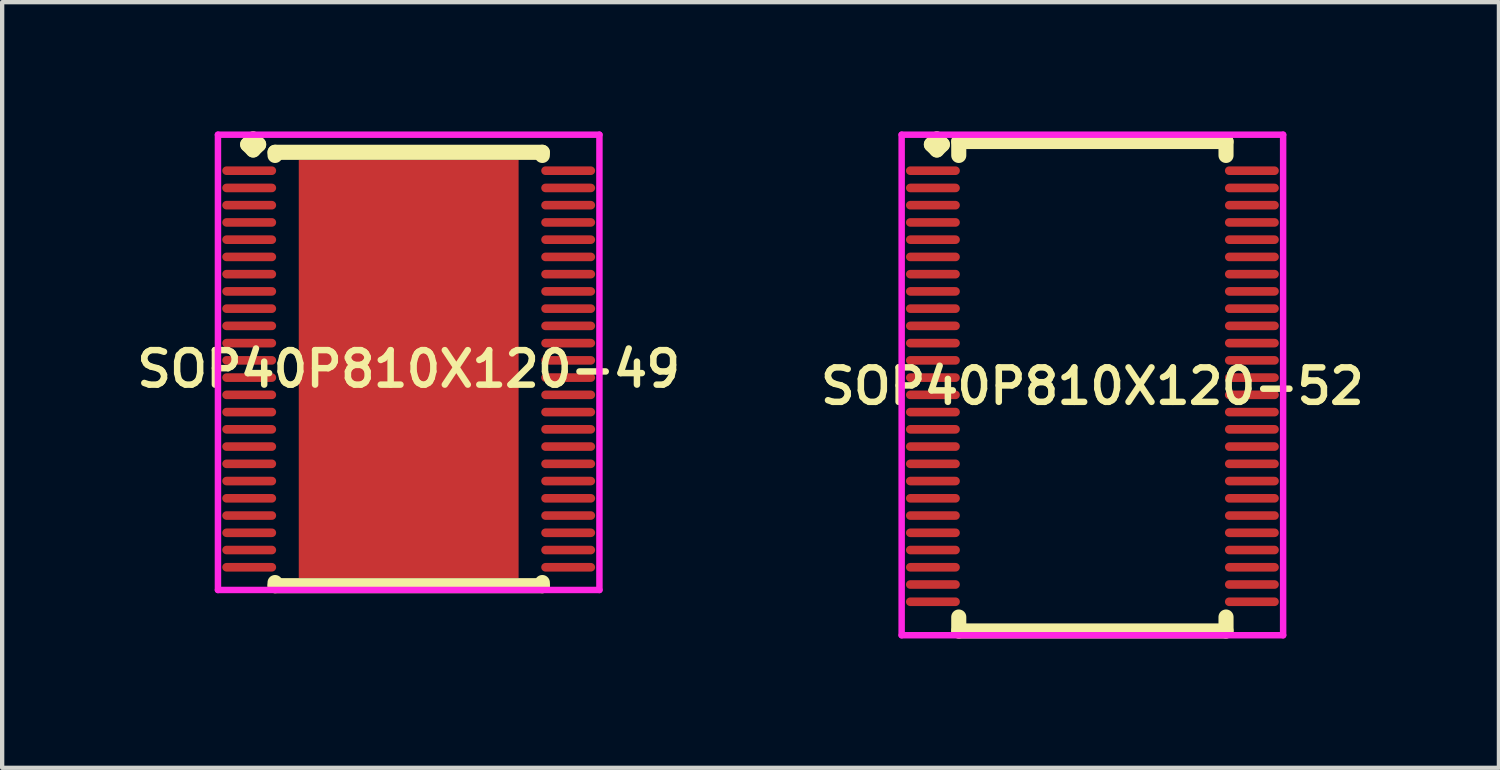
<source format=kicad_pcb>
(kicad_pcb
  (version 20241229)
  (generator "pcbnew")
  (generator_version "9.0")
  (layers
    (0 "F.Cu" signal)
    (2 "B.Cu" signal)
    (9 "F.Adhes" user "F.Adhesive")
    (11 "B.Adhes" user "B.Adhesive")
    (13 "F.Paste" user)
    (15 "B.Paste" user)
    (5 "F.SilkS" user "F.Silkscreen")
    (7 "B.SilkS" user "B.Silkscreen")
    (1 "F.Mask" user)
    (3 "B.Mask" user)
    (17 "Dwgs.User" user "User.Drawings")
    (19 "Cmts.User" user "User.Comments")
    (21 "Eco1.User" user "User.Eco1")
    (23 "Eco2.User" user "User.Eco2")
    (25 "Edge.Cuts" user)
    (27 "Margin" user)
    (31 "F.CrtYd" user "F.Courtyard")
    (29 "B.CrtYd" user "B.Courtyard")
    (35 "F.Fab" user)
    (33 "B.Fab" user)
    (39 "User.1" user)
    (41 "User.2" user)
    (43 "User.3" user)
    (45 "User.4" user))
  (footprint "SOP40P810X120-52"
    (layer "F.Cu")
    (at 22.292 5.91)
    (property "Reference" "SOP40P810X120-52" (at 0 0 0) (layer "F.SilkS") (effects (font (size 0.8 0.8) (thickness 0.15))))
    (attr smd)
    (fp_line (start -3.735 -5.608) (end -3.608 -5.735) (stroke (width 0.35) (type solid)) (layer "F.SilkS"))
    (fp_line (start -3.608 -5.735) (end -3.481 -5.608) (stroke (width 0.35) (type solid)) (layer "F.SilkS"))
    (fp_line (start -3.608 -5.481) (end -3.735 -5.608) (stroke (width 0.35) (type solid)) (layer "F.SilkS"))
    (fp_line (start -3.481 -5.608) (end -3.608 -5.481) (stroke (width 0.35) (type solid)) (layer "F.SilkS"))
    (fp_line (start -3.1 -5.677) (end 3.1 -5.677) (stroke (width 0.35) (type solid)) (layer "F.SilkS"))
    (fp_line (start -3.1 -5.354) (end -3.1 -5.677) (stroke (width 0.35) (type solid)) (layer "F.SilkS"))
    (fp_line (start -3.1 5.354) (end -3.1 5.677) (stroke (width 0.35) (type solid)) (layer "F.SilkS"))
    (fp_line (start -3.1 5.677) (end 3.1 5.677) (stroke (width 0.35) (type solid)) (layer "F.SilkS"))
    (fp_line (start 3.1 -5.677) (end 3.1 -5.354) (stroke (width 0.35) (type solid)) (layer "F.SilkS"))
    (fp_line (start 3.1 5.677) (end 3.1 5.354) (stroke (width 0.35) (type solid)) (layer "F.SilkS"))
    (fp_line (start -4.425 -5.835) (end 4.425 -5.835) (stroke (width 0.15) (type solid)) (layer "F.CrtYd"))
    (fp_line (start -4.425 5.777) (end -4.425 -5.835) (stroke (width 0.15) (type solid)) (layer "F.CrtYd"))
    (fp_line (start 4.425 -5.835) (end 4.425 5.777) (stroke (width 0.15) (type solid)) (layer "F.CrtYd"))
    (fp_line (start 4.425 5.777) (end -4.425 5.777) (stroke (width 0.15) (type solid)) (layer "F.CrtYd"))
    (pad "1" smd oval (at -3.7 -5) (size 1.25 0.2) (layers "F.Cu" "F.Mask" "F.Paste"))
    (pad "2" smd oval (at -3.7 -4.6) (size 1.25 0.2) (layers "F.Cu" "F.Mask" "F.Paste"))
    (pad "3" smd oval (at -3.7 -4.2) (size 1.25 0.2) (layers "F.Cu" "F.Mask" "F.Paste"))
    (pad "4" smd oval (at -3.7 -3.8) (size 1.25 0.2) (layers "F.Cu" "F.Mask" "F.Paste"))
    (pad "5" smd oval (at -3.7 -3.4) (size 1.25 0.2) (layers "F.Cu" "F.Mask" "F.Paste"))
    (pad "6" smd oval (at -3.7 -3) (size 1.25 0.2) (layers "F.Cu" "F.Mask" "F.Paste"))
    (pad "7" smd oval (at -3.7 -2.6) (size 1.25 0.2) (layers "F.Cu" "F.Mask" "F.Paste"))
    (pad "8" smd oval (at -3.7 -2.2) (size 1.25 0.2) (layers "F.Cu" "F.Mask" "F.Paste"))
    (pad "9" smd oval (at -3.7 -1.8) (size 1.25 0.2) (layers "F.Cu" "F.Mask" "F.Paste"))
    (pad "10" smd oval (at -3.7 -1.4) (size 1.25 0.2) (layers "F.Cu" "F.Mask" "F.Paste"))
    (pad "11" smd oval (at -3.7 -1) (size 1.25 0.2) (layers "F.Cu" "F.Mask" "F.Paste"))
    (pad "12" smd oval (at -3.7 -0.6) (size 1.25 0.2) (layers "F.Cu" "F.Mask" "F.Paste"))
    (pad "13" smd oval (at -3.7 -0.2) (size 1.25 0.2) (layers "F.Cu" "F.Mask" "F.Paste"))
    (pad "14" smd oval (at -3.7 0.2) (size 1.25 0.2) (layers "F.Cu" "F.Mask" "F.Paste"))
    (pad "15" smd oval (at -3.7 0.6) (size 1.25 0.2) (layers "F.Cu" "F.Mask" "F.Paste"))
    (pad "16" smd oval (at -3.7 1) (size 1.25 0.2) (layers "F.Cu" "F.Mask" "F.Paste"))
    (pad "17" smd oval (at -3.7 1.4) (size 1.25 0.2) (layers "F.Cu" "F.Mask" "F.Paste"))
    (pad "18" smd oval (at -3.7 1.8) (size 1.25 0.2) (layers "F.Cu" "F.Mask" "F.Paste"))
    (pad "19" smd oval (at -3.7 2.2) (size 1.25 0.2) (layers "F.Cu" "F.Mask" "F.Paste"))
    (pad "20" smd oval (at -3.7 2.6) (size 1.25 0.2) (layers "F.Cu" "F.Mask" "F.Paste"))
    (pad "21" smd oval (at -3.7 3) (size 1.25 0.2) (layers "F.Cu" "F.Mask" "F.Paste"))
    (pad "22" smd oval (at -3.7 3.4) (size 1.25 0.2) (layers "F.Cu" "F.Mask" "F.Paste"))
    (pad "23" smd oval (at -3.7 3.8) (size 1.25 0.2) (layers "F.Cu" "F.Mask" "F.Paste"))
    (pad "24" smd oval (at -3.7 4.2) (size 1.25 0.2) (layers "F.Cu" "F.Mask" "F.Paste"))
    (pad "25" smd oval (at -3.7 4.6) (size 1.25 0.2) (layers "F.Cu" "F.Mask" "F.Paste"))
    (pad "26" smd oval (at -3.7 5) (size 1.25 0.2) (layers "F.Cu" "F.Mask" "F.Paste"))
    (pad "27" smd oval (at 3.7 5) (size 1.25 0.2) (layers "F.Cu" "F.Mask" "F.Paste"))
    (pad "28" smd oval (at 3.7 4.6) (size 1.25 0.2) (layers "F.Cu" "F.Mask" "F.Paste"))
    (pad "29" smd oval (at 3.7 4.2) (size 1.25 0.2) (layers "F.Cu" "F.Mask" "F.Paste"))
    (pad "30" smd oval (at 3.7 3.8) (size 1.25 0.2) (layers "F.Cu" "F.Mask" "F.Paste"))
    (pad "31" smd oval (at 3.7 3.4) (size 1.25 0.2) (layers "F.Cu" "F.Mask" "F.Paste"))
    (pad "32" smd oval (at 3.7 3) (size 1.25 0.2) (layers "F.Cu" "F.Mask" "F.Paste"))
    (pad "33" smd oval (at 3.7 2.6) (size 1.25 0.2) (layers "F.Cu" "F.Mask" "F.Paste"))
    (pad "34" smd oval (at 3.7 2.2) (size 1.25 0.2) (layers "F.Cu" "F.Mask" "F.Paste"))
    (pad "35" smd oval (at 3.7 1.8) (size 1.25 0.2) (layers "F.Cu" "F.Mask" "F.Paste"))
    (pad "36" smd oval (at 3.7 1.4) (size 1.25 0.2) (layers "F.Cu" "F.Mask" "F.Paste"))
    (pad "37" smd oval (at 3.7 1) (size 1.25 0.2) (layers "F.Cu" "F.Mask" "F.Paste"))
    (pad "38" smd oval (at 3.7 0.6) (size 1.25 0.2) (layers "F.Cu" "F.Mask" "F.Paste"))
    (pad "39" smd oval (at 3.7 0.2) (size 1.25 0.2) (layers "F.Cu" "F.Mask" "F.Paste"))
    (pad "40" smd oval (at 3.7 -0.2) (size 1.25 0.2) (layers "F.Cu" "F.Mask" "F.Paste"))
    (pad "41" smd oval (at 3.7 -0.6) (size 1.25 0.2) (layers "F.Cu" "F.Mask" "F.Paste"))
    (pad "42" smd oval (at 3.7 -1) (size 1.25 0.2) (layers "F.Cu" "F.Mask" "F.Paste"))
    (pad "43" smd oval (at 3.7 -1.4) (size 1.25 0.2) (layers "F.Cu" "F.Mask" "F.Paste"))
    (pad "44" smd oval (at 3.7 -1.8) (size 1.25 0.2) (layers "F.Cu" "F.Mask" "F.Paste"))
    (pad "45" smd oval (at 3.7 -2.2) (size 1.25 0.2) (layers "F.Cu" "F.Mask" "F.Paste"))
    (pad "46" smd oval (at 3.7 -2.6) (size 1.25 0.2) (layers "F.Cu" "F.Mask" "F.Paste"))
    (pad "47" smd oval (at 3.7 -3) (size 1.25 0.2) (layers "F.Cu" "F.Mask" "F.Paste"))
    (pad "48" smd oval (at 3.7 -3.4) (size 1.25 0.2) (layers "F.Cu" "F.Mask" "F.Paste"))
    (pad "49" smd oval (at 3.7 -3.8) (size 1.25 0.2) (layers "F.Cu" "F.Mask" "F.Paste"))
    (pad "50" smd oval (at 3.7 -4.2) (size 1.25 0.2) (layers "F.Cu" "F.Mask" "F.Paste"))
    (pad "51" smd oval (at 3.7 -4.6) (size 1.25 0.2) (layers "F.Cu" "F.Mask" "F.Paste"))
    (pad "52" smd oval (at 3.7 -5) (size 1.25 0.2) (layers "F.Cu" "F.Mask" "F.Paste")))
  (footprint "SOP40P810X120-49"
    (layer "F.Cu")
    (at 6.431 5.51)
    (property "Reference" "SOP40P810X120-49" (at 0 0 0) (layer "F.SilkS") (effects (font (size 0.8 0.8) (thickness 0.15))))
    (attr smd)
    (fp_line (start -3.735 -5.208) (end -3.608 -5.335) (stroke (width 0.35) (type solid)) (layer "F.SilkS"))
    (fp_line (start -3.608 -5.335) (end -3.481 -5.208) (stroke (width 0.35) (type solid)) (layer "F.SilkS"))
    (fp_line (start -3.608 -5.081) (end -3.735 -5.208) (stroke (width 0.35) (type solid)) (layer "F.SilkS"))
    (fp_line (start -3.481 -5.208) (end -3.608 -5.081) (stroke (width 0.35) (type solid)) (layer "F.SilkS"))
    (fp_line (start -3.1 -5.027) (end 3.1 -5.027) (stroke (width 0.35) (type solid)) (layer "F.SilkS"))
    (fp_line (start -3.1 -4.954) (end -3.1 -5.027) (stroke (width 0.35) (type solid)) (layer "F.SilkS"))
    (fp_line (start -3.1 4.954) (end -3.1 5.027) (stroke (width 0.35) (type solid)) (layer "F.SilkS"))
    (fp_line (start -3.1 5.027) (end 3.1 5.027) (stroke (width 0.35) (type solid)) (layer "F.SilkS"))
    (fp_line (start 3.1 -5.027) (end 3.1 -4.954) (stroke (width 0.35) (type solid)) (layer "F.SilkS"))
    (fp_line (start 3.1 5.027) (end 3.1 4.954) (stroke (width 0.35) (type solid)) (layer "F.SilkS"))
    (fp_line (start -4.425 -5.435) (end 4.425 -5.435) (stroke (width 0.15) (type solid)) (layer "F.CrtYd"))
    (fp_line (start -4.425 5.127) (end -4.425 -5.435) (stroke (width 0.15) (type solid)) (layer "F.CrtYd"))
    (fp_line (start 4.425 -5.435) (end 4.425 5.127) (stroke (width 0.15) (type solid)) (layer "F.CrtYd"))
    (fp_line (start 4.425 5.127) (end -4.425 5.127) (stroke (width 0.15) (type solid)) (layer "F.CrtYd"))
    (pad "1" smd oval (at -3.7 -4.6) (size 1.25 0.2) (layers "F.Cu" "F.Mask" "F.Paste"))
    (pad "2" smd oval (at -3.7 -4.2) (size 1.25 0.2) (layers "F.Cu" "F.Mask" "F.Paste"))
    (pad "3" smd oval (at -3.7 -3.8) (size 1.25 0.2) (layers "F.Cu" "F.Mask" "F.Paste"))
    (pad "4" smd oval (at -3.7 -3.4) (size 1.25 0.2) (layers "F.Cu" "F.Mask" "F.Paste"))
    (pad "5" smd oval (at -3.7 -3) (size 1.25 0.2) (layers "F.Cu" "F.Mask" "F.Paste"))
    (pad "6" smd oval (at -3.7 -2.6) (size 1.25 0.2) (layers "F.Cu" "F.Mask" "F.Paste"))
    (pad "7" smd oval (at -3.7 -2.2) (size 1.25 0.2) (layers "F.Cu" "F.Mask" "F.Paste"))
    (pad "8" smd oval (at -3.7 -1.8) (size 1.25 0.2) (layers "F.Cu" "F.Mask" "F.Paste"))
    (pad "9" smd oval (at -3.7 -1.4) (size 1.25 0.2) (layers "F.Cu" "F.Mask" "F.Paste"))
    (pad "10" smd oval (at -3.7 -1) (size 1.25 0.2) (layers "F.Cu" "F.Mask" "F.Paste"))
    (pad "11" smd oval (at -3.7 -0.6) (size 1.25 0.2) (layers "F.Cu" "F.Mask" "F.Paste"))
    (pad "12" smd oval (at -3.7 -0.2) (size 1.25 0.2) (layers "F.Cu" "F.Mask" "F.Paste"))
    (pad "13" smd oval (at -3.7 0.2) (size 1.25 0.2) (layers "F.Cu" "F.Mask" "F.Paste"))
    (pad "14" smd oval (at -3.7 0.6) (size 1.25 0.2) (layers "F.Cu" "F.Mask" "F.Paste"))
    (pad "15" smd oval (at -3.7 1) (size 1.25 0.2) (layers "F.Cu" "F.Mask" "F.Paste"))
    (pad "16" smd oval (at -3.7 1.4) (size 1.25 0.2) (layers "F.Cu" "F.Mask" "F.Paste"))
    (pad "17" smd oval (at -3.7 1.8) (size 1.25 0.2) (layers "F.Cu" "F.Mask" "F.Paste"))
    (pad "18" smd oval (at -3.7 2.2) (size 1.25 0.2) (layers "F.Cu" "F.Mask" "F.Paste"))
    (pad "19" smd oval (at -3.7 2.6) (size 1.25 0.2) (layers "F.Cu" "F.Mask" "F.Paste"))
    (pad "20" smd oval (at -3.7 3) (size 1.25 0.2) (layers "F.Cu" "F.Mask" "F.Paste"))
    (pad "21" smd oval (at -3.7 3.4) (size 1.25 0.2) (layers "F.Cu" "F.Mask" "F.Paste"))
    (pad "22" smd oval (at -3.7 3.8) (size 1.25 0.2) (layers "F.Cu" "F.Mask" "F.Paste"))
    (pad "23" smd oval (at -3.7 4.2) (size 1.25 0.2) (layers "F.Cu" "F.Mask" "F.Paste"))
    (pad "24" smd oval (at -3.7 4.6) (size 1.25 0.2) (layers "F.Cu" "F.Mask" "F.Paste"))
    (pad "25" smd oval (at 3.7 4.6) (size 1.25 0.2) (layers "F.Cu" "F.Mask" "F.Paste"))
    (pad "26" smd oval (at 3.7 4.2) (size 1.25 0.2) (layers "F.Cu" "F.Mask" "F.Paste"))
    (pad "27" smd oval (at 3.7 3.8) (size 1.25 0.2) (layers "F.Cu" "F.Mask" "F.Paste"))
    (pad "28" smd oval (at 3.7 3.4) (size 1.25 0.2) (layers "F.Cu" "F.Mask" "F.Paste"))
    (pad "29" smd oval (at 3.7 3) (size 1.25 0.2) (layers "F.Cu" "F.Mask" "F.Paste"))
    (pad "30" smd oval (at 3.7 2.6) (size 1.25 0.2) (layers "F.Cu" "F.Mask" "F.Paste"))
    (pad "31" smd oval (at 3.7 2.2) (size 1.25 0.2) (layers "F.Cu" "F.Mask" "F.Paste"))
    (pad "32" smd oval (at 3.7 1.8) (size 1.25 0.2) (layers "F.Cu" "F.Mask" "F.Paste"))
    (pad "33" smd oval (at 3.7 1.4) (size 1.25 0.2) (layers "F.Cu" "F.Mask" "F.Paste"))
    (pad "34" smd oval (at 3.7 1) (size 1.25 0.2) (layers "F.Cu" "F.Mask" "F.Paste"))
    (pad "35" smd oval (at 3.7 0.6) (size 1.25 0.2) (layers "F.Cu" "F.Mask" "F.Paste"))
    (pad "36" smd oval (at 3.7 0.2) (size 1.25 0.2) (layers "F.Cu" "F.Mask" "F.Paste"))
    (pad "37" smd oval (at 3.7 -0.2) (size 1.25 0.2) (layers "F.Cu" "F.Mask" "F.Paste"))
    (pad "38" smd oval (at 3.7 -0.6) (size 1.25 0.2) (layers "F.Cu" "F.Mask" "F.Paste"))
    (pad "39" smd oval (at 3.7 -1) (size 1.25 0.2) (layers "F.Cu" "F.Mask" "F.Paste"))
    (pad "40" smd oval (at 3.7 -1.4) (size 1.25 0.2) (layers "F.Cu" "F.Mask" "F.Paste"))
    (pad "41" smd oval (at 3.7 -1.8) (size 1.25 0.2) (layers "F.Cu" "F.Mask" "F.Paste"))
    (pad "42" smd oval (at 3.7 -2.2) (size 1.25 0.2) (layers "F.Cu" "F.Mask" "F.Paste"))
    (pad "43" smd oval (at 3.7 -2.6) (size 1.25 0.2) (layers "F.Cu" "F.Mask" "F.Paste"))
    (pad "44" smd oval (at 3.7 -3) (size 1.25 0.2) (layers "F.Cu" "F.Mask" "F.Paste"))
    (pad "45" smd oval (at 3.7 -3.4) (size 1.25 0.2) (layers "F.Cu" "F.Mask" "F.Paste"))
    (pad "46" smd oval (at 3.7 -3.8) (size 1.25 0.2) (layers "F.Cu" "F.Mask" "F.Paste"))
    (pad "47" smd oval (at 3.7 -4.2) (size 1.25 0.2) (layers "F.Cu" "F.Mask" "F.Paste"))
    (pad "48" smd oval (at 3.7 -4.6) (size 1.25 0.2) (layers "F.Cu" "F.Mask" "F.Paste"))
    (pad "49" smd rect (at 0 0) (size 5.1 9.7) (layers "F.Cu" "F.Mask" "F.Paste")))
  (gr_rect
    (start -3 -3)
    (end 31.723 14.762)
    (stroke (width 0.1) (type default))
    (fill no)
    (layer "Edge.Cuts")))
</source>
